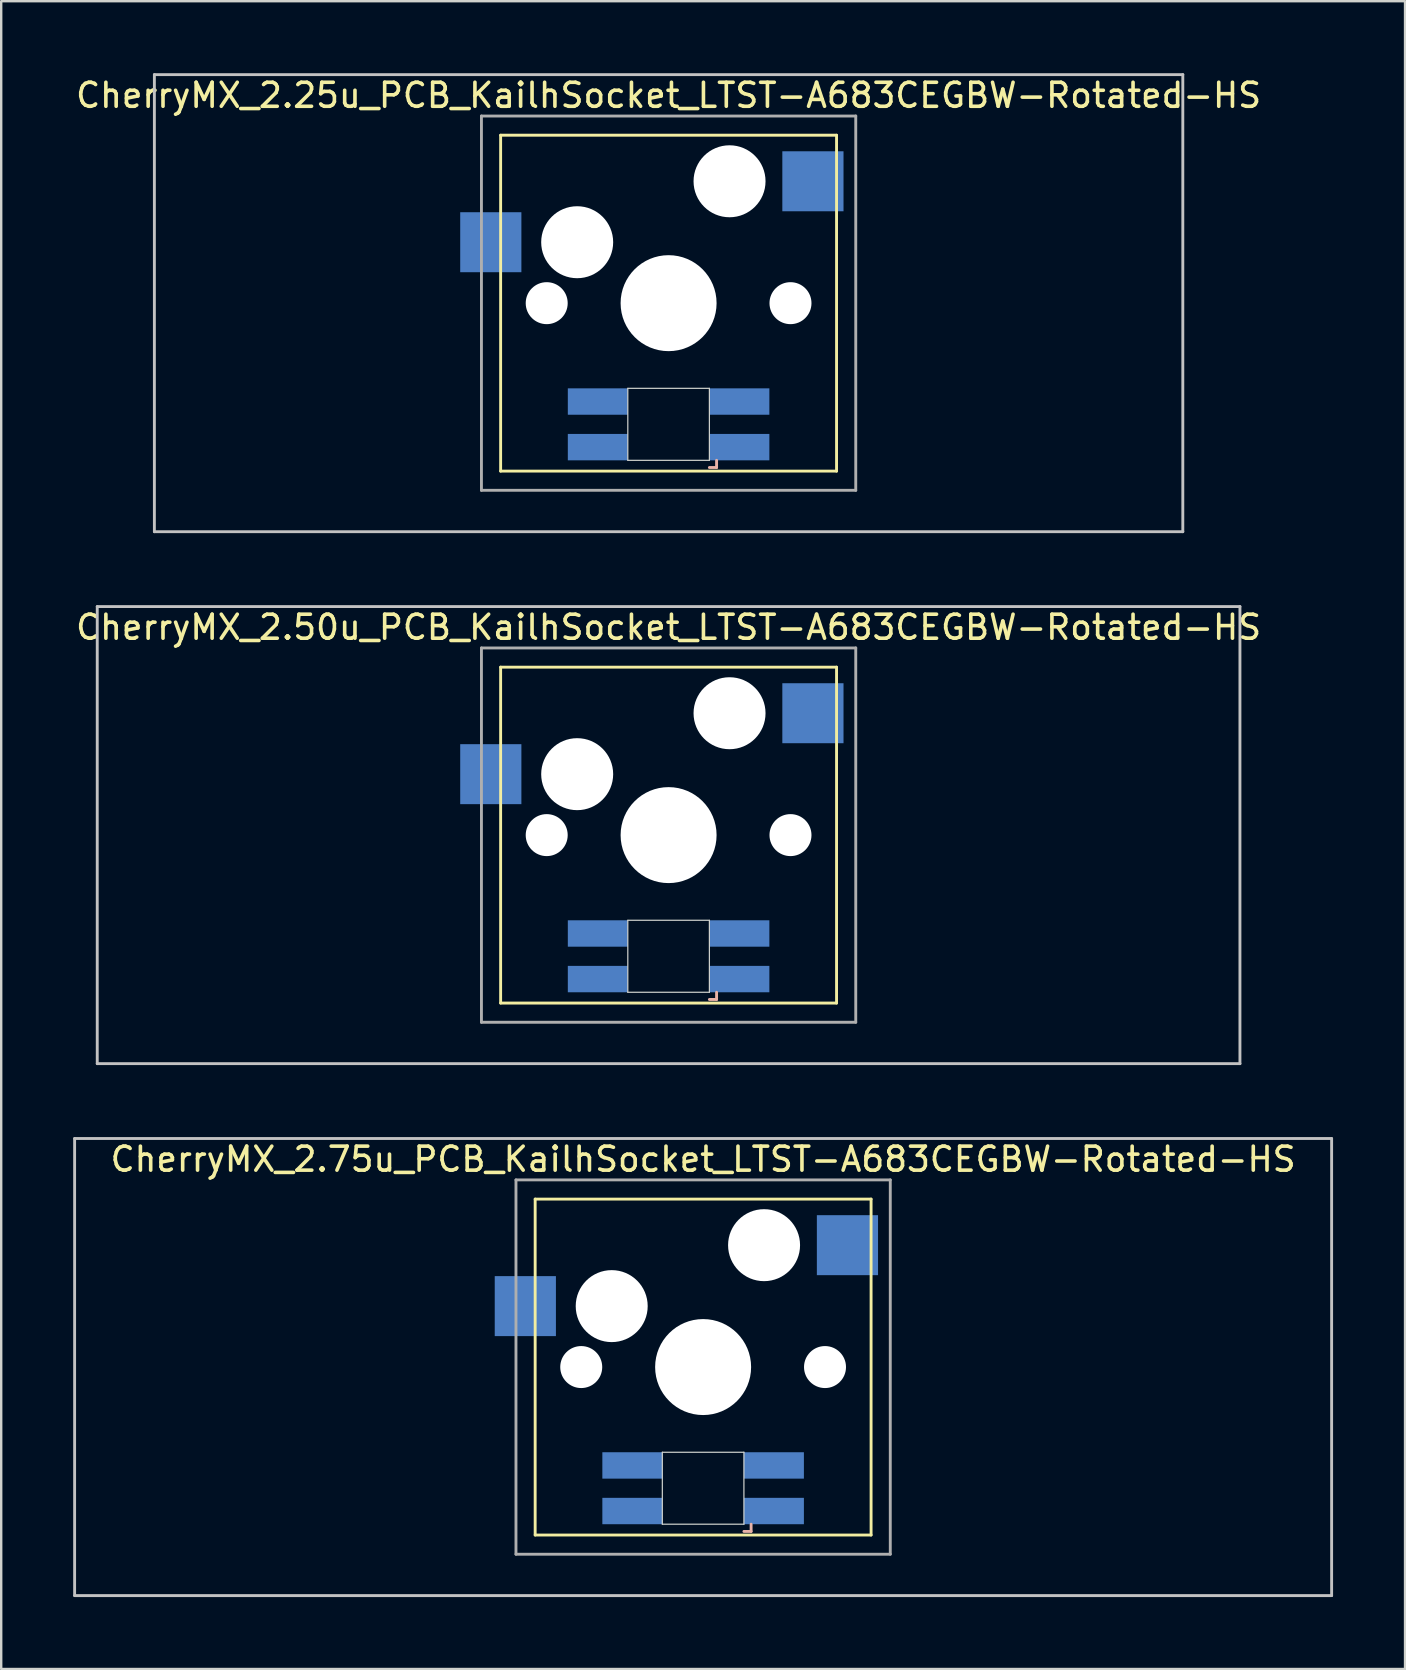
<source format=kicad_pcb>
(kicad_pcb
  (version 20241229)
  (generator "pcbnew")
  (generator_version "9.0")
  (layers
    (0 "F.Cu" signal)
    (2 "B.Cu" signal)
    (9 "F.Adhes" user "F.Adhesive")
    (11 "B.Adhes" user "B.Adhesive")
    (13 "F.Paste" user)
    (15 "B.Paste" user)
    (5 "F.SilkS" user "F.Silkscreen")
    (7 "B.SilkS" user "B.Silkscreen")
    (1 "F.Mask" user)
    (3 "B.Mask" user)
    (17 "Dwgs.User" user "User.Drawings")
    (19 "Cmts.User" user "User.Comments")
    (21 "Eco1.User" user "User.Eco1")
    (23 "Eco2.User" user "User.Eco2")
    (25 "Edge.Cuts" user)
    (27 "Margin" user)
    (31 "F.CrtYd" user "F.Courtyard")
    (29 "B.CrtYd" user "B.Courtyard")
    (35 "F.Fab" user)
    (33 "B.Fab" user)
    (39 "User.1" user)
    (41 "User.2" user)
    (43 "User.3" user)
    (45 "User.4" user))
  (footprint "CherryMX_2.75u_PCB_KailhSocket_LTST-A683CEGBW-Rotated-HS"
    (layer "F.Cu")
    (at 26.254 53.925)
    (property "Reference" "CherryMX_2.75u_PCB_KailhSocket_LTST-A683CEGBW-Rotated-HS" (at 0 -8.662 0) (layer "F.SilkS") (effects (font (size 1 1) (thickness 0.15))))
    (attr through_hole)
    (fp_line (start -7 -7) (end -7 7) (stroke (width 0.12) (type solid)) (layer "F.SilkS"))
    (fp_line (start -7 -7) (end 7 -7) (stroke (width 0.12) (type solid)) (layer "F.SilkS"))
    (fp_line (start 7 -7) (end 7 7) (stroke (width 0.12) (type solid)) (layer "F.SilkS"))
    (fp_line (start 7 7) (end -7 7) (stroke (width 0.12) (type solid)) (layer "F.SilkS"))
    (fp_line (start 1.7 6.85) (end 2 6.85) (stroke (width 0.12) (type solid)) (layer "B.SilkS"))
    (fp_line (start 2 6.85) (end 2 6.55) (stroke (width 0.12) (type solid)) (layer "B.SilkS"))
    (fp_line (start -26.194 -9.525) (end 26.194 -9.525) (stroke (width 0.12) (type solid)) (layer "Dwgs.User"))
    (fp_line (start -26.194 9.525) (end -26.194 -9.525) (stroke (width 0.12) (type solid)) (layer "Dwgs.User"))
    (fp_line (start 26.194 -9.525) (end 26.194 9.525) (stroke (width 0.12) (type solid)) (layer "Dwgs.User"))
    (fp_line (start 26.194 9.525) (end -26.194 9.525) (stroke (width 0.12) (type solid)) (layer "Dwgs.User"))
    (fp_line (start -1.7 3.55) (end 1.7 3.55) (stroke (width 0.05) (type solid)) (layer "Edge.Cuts"))
    (fp_line (start -1.7 6.55) (end -1.7 3.55) (stroke (width 0.05) (type solid)) (layer "Edge.Cuts"))
    (fp_line (start 1.7 3.55) (end 1.7 6.55) (stroke (width 0.05) (type solid)) (layer "Edge.Cuts"))
    (fp_line (start 1.7 6.55) (end -1.7 6.55) (stroke (width 0.05) (type solid)) (layer "Edge.Cuts"))
    (fp_line (start -7.8 -7.8) (end -7.8 7.8) (stroke (width 0.12) (type solid)) (layer "F.Fab"))
    (fp_line (start -7.8 -7.8) (end 7.8 -7.8) (stroke (width 0.12) (type solid)) (layer "F.Fab"))
    (fp_line (start -7.8 7.8) (end 7.8 7.8) (stroke (width 0.12) (type solid)) (layer "F.Fab"))
    (fp_line (start 7.8 -7.8) (end 7.8 7.8) (stroke (width 0.12) (type solid)) (layer "F.Fab"))
    (pad "" np_thru_hole circle (at -5.08 0) (size 1.75 1.75) (drill 1.75) (layers "*.Cu" "*.Mask"))
    (pad "" np_thru_hole circle (at -3.81 -2.54) (size 3 3) (drill 3) (layers "*.Cu" "*.Mask"))
    (pad "" np_thru_hole circle (at 0 0) (size 4 4) (drill 4) (layers "*.Cu" "*.Mask"))
    (pad "" np_thru_hole circle (at 2.54 -5.08) (size 3 3) (drill 3) (layers "*.Cu" "*.Mask"))
    (pad "" np_thru_hole circle (at 5.08 0) (size 1.75 1.75) (drill 1.75) (layers "*.Cu" "*.Mask"))
    (pad "1" smd rect (at -7.41 -2.54) (size 2.55 2.5) (layers "B.Cu" "B.Mask" "B.Paste"))
    (pad "2" smd rect (at 6.015 -5.08) (size 2.55 2.5) (layers "B.Cu" "B.Mask" "B.Paste"))
    (pad "3" smd rect (at 2.95 6) (size 2.5 1.1) (layers "B.Cu" "B.Mask" "B.Paste"))
    (pad "4" smd rect (at 2.95 4.1) (size 2.5 1.1) (layers "B.Cu" "B.Mask" "B.Paste"))
    (pad "5" smd rect (at -2.95 6) (size 2.5 1.1) (layers "B.Cu" "B.Mask" "B.Paste"))
    (pad "6" smd rect (at -2.95 4.1) (size 2.5 1.1) (layers "B.Cu" "B.Mask" "B.Paste")))
  (footprint "CherryMX_2.50u_PCB_KailhSocket_LTST-A683CEGBW-Rotated-HS"
    (layer "F.Cu")
    (at 24.815 31.755)
    (property "Reference" "CherryMX_2.50u_PCB_KailhSocket_LTST-A683CEGBW-Rotated-HS" (at 0 -8.662 0) (layer "F.SilkS") (effects (font (size 1 1) (thickness 0.15))))
    (attr through_hole)
    (fp_line (start -7 -7) (end -7 7) (stroke (width 0.12) (type solid)) (layer "F.SilkS"))
    (fp_line (start -7 -7) (end 7 -7) (stroke (width 0.12) (type solid)) (layer "F.SilkS"))
    (fp_line (start 7 -7) (end 7 7) (stroke (width 0.12) (type solid)) (layer "F.SilkS"))
    (fp_line (start 7 7) (end -7 7) (stroke (width 0.12) (type solid)) (layer "F.SilkS"))
    (fp_line (start 1.7 6.85) (end 2 6.85) (stroke (width 0.12) (type solid)) (layer "B.SilkS"))
    (fp_line (start 2 6.85) (end 2 6.55) (stroke (width 0.12) (type solid)) (layer "B.SilkS"))
    (fp_line (start -23.812 -9.525) (end 23.812 -9.525) (stroke (width 0.12) (type solid)) (layer "Dwgs.User"))
    (fp_line (start -23.812 9.525) (end -23.812 -9.525) (stroke (width 0.12) (type solid)) (layer "Dwgs.User"))
    (fp_line (start 23.812 -9.525) (end 23.812 9.525) (stroke (width 0.12) (type solid)) (layer "Dwgs.User"))
    (fp_line (start 23.812 9.525) (end -23.812 9.525) (stroke (width 0.12) (type solid)) (layer "Dwgs.User"))
    (fp_line (start -1.7 3.55) (end 1.7 3.55) (stroke (width 0.05) (type solid)) (layer "Edge.Cuts"))
    (fp_line (start -1.7 6.55) (end -1.7 3.55) (stroke (width 0.05) (type solid)) (layer "Edge.Cuts"))
    (fp_line (start 1.7 3.55) (end 1.7 6.55) (stroke (width 0.05) (type solid)) (layer "Edge.Cuts"))
    (fp_line (start 1.7 6.55) (end -1.7 6.55) (stroke (width 0.05) (type solid)) (layer "Edge.Cuts"))
    (fp_line (start -7.8 -7.8) (end -7.8 7.8) (stroke (width 0.12) (type solid)) (layer "F.Fab"))
    (fp_line (start -7.8 -7.8) (end 7.8 -7.8) (stroke (width 0.12) (type solid)) (layer "F.Fab"))
    (fp_line (start -7.8 7.8) (end 7.8 7.8) (stroke (width 0.12) (type solid)) (layer "F.Fab"))
    (fp_line (start 7.8 -7.8) (end 7.8 7.8) (stroke (width 0.12) (type solid)) (layer "F.Fab"))
    (pad "" np_thru_hole circle (at -5.08 0) (size 1.75 1.75) (drill 1.75) (layers "*.Cu" "*.Mask"))
    (pad "" np_thru_hole circle (at -3.81 -2.54) (size 3 3) (drill 3) (layers "*.Cu" "*.Mask"))
    (pad "" np_thru_hole circle (at 0 0) (size 4 4) (drill 4) (layers "*.Cu" "*.Mask"))
    (pad "" np_thru_hole circle (at 2.54 -5.08) (size 3 3) (drill 3) (layers "*.Cu" "*.Mask"))
    (pad "" np_thru_hole circle (at 5.08 0) (size 1.75 1.75) (drill 1.75) (layers "*.Cu" "*.Mask"))
    (pad "1" smd rect (at -7.41 -2.54) (size 2.55 2.5) (layers "B.Cu" "B.Mask" "B.Paste"))
    (pad "2" smd rect (at 6.015 -5.08) (size 2.55 2.5) (layers "B.Cu" "B.Mask" "B.Paste"))
    (pad "3" smd rect (at 2.95 6) (size 2.5 1.1) (layers "B.Cu" "B.Mask" "B.Paste"))
    (pad "4" smd rect (at 2.95 4.1) (size 2.5 1.1) (layers "B.Cu" "B.Mask" "B.Paste"))
    (pad "5" smd rect (at -2.95 6) (size 2.5 1.1) (layers "B.Cu" "B.Mask" "B.Paste"))
    (pad "6" smd rect (at -2.95 4.1) (size 2.5 1.1) (layers "B.Cu" "B.Mask" "B.Paste")))
  (footprint "CherryMX_2.25u_PCB_KailhSocket_LTST-A683CEGBW-Rotated-HS"
    (layer "F.Cu")
    (at 24.815 9.585)
    (property "Reference" "CherryMX_2.25u_PCB_KailhSocket_LTST-A683CEGBW-Rotated-HS" (at 0 -8.662 0) (layer "F.SilkS") (effects (font (size 1 1) (thickness 0.15))))
    (attr through_hole)
    (fp_line (start -7 -7) (end -7 7) (stroke (width 0.12) (type solid)) (layer "F.SilkS"))
    (fp_line (start -7 -7) (end 7 -7) (stroke (width 0.12) (type solid)) (layer "F.SilkS"))
    (fp_line (start 7 -7) (end 7 7) (stroke (width 0.12) (type solid)) (layer "F.SilkS"))
    (fp_line (start 7 7) (end -7 7) (stroke (width 0.12) (type solid)) (layer "F.SilkS"))
    (fp_line (start 1.7 6.85) (end 2 6.85) (stroke (width 0.12) (type solid)) (layer "B.SilkS"))
    (fp_line (start 2 6.85) (end 2 6.55) (stroke (width 0.12) (type solid)) (layer "B.SilkS"))
    (fp_line (start -21.431 -9.525) (end 21.431 -9.525) (stroke (width 0.12) (type solid)) (layer "Dwgs.User"))
    (fp_line (start -21.431 9.525) (end -21.431 -9.525) (stroke (width 0.12) (type solid)) (layer "Dwgs.User"))
    (fp_line (start 21.431 -9.525) (end 21.431 9.525) (stroke (width 0.12) (type solid)) (layer "Dwgs.User"))
    (fp_line (start 21.431 9.525) (end -21.431 9.525) (stroke (width 0.12) (type solid)) (layer "Dwgs.User"))
    (fp_line (start -1.7 3.55) (end 1.7 3.55) (stroke (width 0.05) (type solid)) (layer "Edge.Cuts"))
    (fp_line (start -1.7 6.55) (end -1.7 3.55) (stroke (width 0.05) (type solid)) (layer "Edge.Cuts"))
    (fp_line (start 1.7 3.55) (end 1.7 6.55) (stroke (width 0.05) (type solid)) (layer "Edge.Cuts"))
    (fp_line (start 1.7 6.55) (end -1.7 6.55) (stroke (width 0.05) (type solid)) (layer "Edge.Cuts"))
    (fp_line (start -7.8 -7.8) (end -7.8 7.8) (stroke (width 0.12) (type solid)) (layer "F.Fab"))
    (fp_line (start -7.8 -7.8) (end 7.8 -7.8) (stroke (width 0.12) (type solid)) (layer "F.Fab"))
    (fp_line (start -7.8 7.8) (end 7.8 7.8) (stroke (width 0.12) (type solid)) (layer "F.Fab"))
    (fp_line (start 7.8 -7.8) (end 7.8 7.8) (stroke (width 0.12) (type solid)) (layer "F.Fab"))
    (pad "" np_thru_hole circle (at -5.08 0) (size 1.75 1.75) (drill 1.75) (layers "*.Cu" "*.Mask"))
    (pad "" np_thru_hole circle (at -3.81 -2.54) (size 3 3) (drill 3) (layers "*.Cu" "*.Mask"))
    (pad "" np_thru_hole circle (at 0 0) (size 4 4) (drill 4) (layers "*.Cu" "*.Mask"))
    (pad "" np_thru_hole circle (at 2.54 -5.08) (size 3 3) (drill 3) (layers "*.Cu" "*.Mask"))
    (pad "" np_thru_hole circle (at 5.08 0) (size 1.75 1.75) (drill 1.75) (layers "*.Cu" "*.Mask"))
    (pad "1" smd rect (at -7.41 -2.54) (size 2.55 2.5) (layers "B.Cu" "B.Mask" "B.Paste"))
    (pad "2" smd rect (at 6.015 -5.08) (size 2.55 2.5) (layers "B.Cu" "B.Mask" "B.Paste"))
    (pad "3" smd rect (at 2.95 6) (size 2.5 1.1) (layers "B.Cu" "B.Mask" "B.Paste"))
    (pad "4" smd rect (at 2.95 4.1) (size 2.5 1.1) (layers "B.Cu" "B.Mask" "B.Paste"))
    (pad "5" smd rect (at -2.95 6) (size 2.5 1.1) (layers "B.Cu" "B.Mask" "B.Paste"))
    (pad "6" smd rect (at -2.95 4.1) (size 2.5 1.1) (layers "B.Cu" "B.Mask" "B.Paste")))
  (gr_rect
    (start -3 -3)
    (end 55.508 66.51)
    (stroke (width 0.1) (type default))
    (fill no)
    (layer "Edge.Cuts")))
</source>
